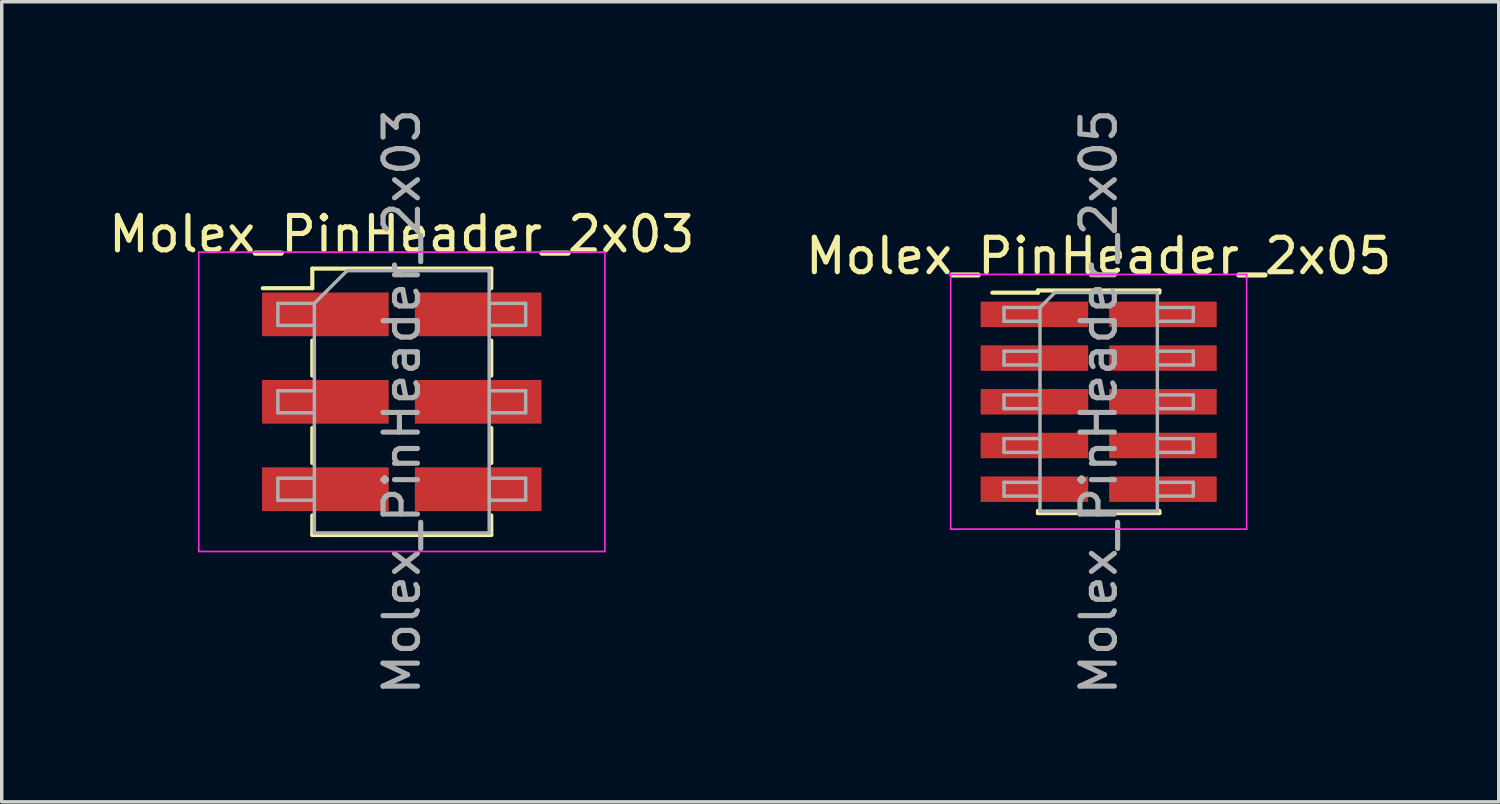
<source format=kicad_pcb>
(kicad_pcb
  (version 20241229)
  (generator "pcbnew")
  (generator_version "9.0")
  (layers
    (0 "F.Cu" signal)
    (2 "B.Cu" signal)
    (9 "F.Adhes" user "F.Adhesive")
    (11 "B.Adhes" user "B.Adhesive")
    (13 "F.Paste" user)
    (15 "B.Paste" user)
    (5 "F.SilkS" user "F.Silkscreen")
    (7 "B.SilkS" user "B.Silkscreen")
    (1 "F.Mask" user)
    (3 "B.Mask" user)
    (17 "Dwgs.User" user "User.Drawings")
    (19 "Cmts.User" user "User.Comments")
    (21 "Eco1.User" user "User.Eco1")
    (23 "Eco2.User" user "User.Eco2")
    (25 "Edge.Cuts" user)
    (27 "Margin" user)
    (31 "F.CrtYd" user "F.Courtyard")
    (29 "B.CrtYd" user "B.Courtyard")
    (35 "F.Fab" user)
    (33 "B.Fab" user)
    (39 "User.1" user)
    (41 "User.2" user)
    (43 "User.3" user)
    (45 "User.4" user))
  (footprint "Molex_PinHeader_2x03"
    (layer "F.Cu")
    (at 8.625 8.625)
    (property "Reference" "Molex_PinHeader_2x03" (at 0 -4.87 0) (layer "F.SilkS") (effects (font (size 1 1) (thickness 0.15))))
    (attr smd)
    (fp_line (start -4.04 -3.3) (end -2.6 -3.3) (stroke (width 0.12) (type solid)) (layer "F.SilkS"))
    (fp_line (start -2.6 -3.87) (end -2.6 -3.3) (stroke (width 0.12) (type solid)) (layer "F.SilkS"))
    (fp_line (start -2.6 -3.87) (end 2.6 -3.87) (stroke (width 0.12) (type solid)) (layer "F.SilkS"))
    (fp_line (start -2.6 -1.78) (end -2.6 -0.76) (stroke (width 0.12) (type solid)) (layer "F.SilkS"))
    (fp_line (start -2.6 0.76) (end -2.6 1.78) (stroke (width 0.12) (type solid)) (layer "F.SilkS"))
    (fp_line (start -2.6 3.3) (end -2.6 3.87) (stroke (width 0.12) (type solid)) (layer "F.SilkS"))
    (fp_line (start -2.6 3.87) (end 2.6 3.87) (stroke (width 0.12) (type solid)) (layer "F.SilkS"))
    (fp_line (start 2.6 -3.87) (end 2.6 -3.3) (stroke (width 0.12) (type solid)) (layer "F.SilkS"))
    (fp_line (start 2.6 -1.78) (end 2.6 -0.76) (stroke (width 0.12) (type solid)) (layer "F.SilkS"))
    (fp_line (start 2.6 0.76) (end 2.6 1.78) (stroke (width 0.12) (type solid)) (layer "F.SilkS"))
    (fp_line (start 2.6 3.3) (end 2.6 3.87) (stroke (width 0.12) (type solid)) (layer "F.SilkS"))
    (fp_line (start -5.9 -4.35) (end -5.9 4.35) (stroke (width 0.05) (type solid)) (layer "F.CrtYd"))
    (fp_line (start -5.9 4.35) (end 5.9 4.35) (stroke (width 0.05) (type solid)) (layer "F.CrtYd"))
    (fp_line (start 5.9 -4.35) (end -5.9 -4.35) (stroke (width 0.05) (type solid)) (layer "F.CrtYd"))
    (fp_line (start 5.9 4.35) (end 5.9 -4.35) (stroke (width 0.05) (type solid)) (layer "F.CrtYd"))
    (fp_line (start -3.6 -2.86) (end -3.6 -2.22) (stroke (width 0.1) (type solid)) (layer "F.Fab"))
    (fp_line (start -3.6 -2.22) (end -2.54 -2.22) (stroke (width 0.1) (type solid)) (layer "F.Fab"))
    (fp_line (start -3.6 -0.32) (end -3.6 0.32) (stroke (width 0.1) (type solid)) (layer "F.Fab"))
    (fp_line (start -3.6 0.32) (end -2.54 0.32) (stroke (width 0.1) (type solid)) (layer "F.Fab"))
    (fp_line (start -3.6 2.22) (end -3.6 2.86) (stroke (width 0.1) (type solid)) (layer "F.Fab"))
    (fp_line (start -3.6 2.86) (end -2.54 2.86) (stroke (width 0.1) (type solid)) (layer "F.Fab"))
    (fp_line (start -2.54 -2.86) (end -3.6 -2.86) (stroke (width 0.1) (type solid)) (layer "F.Fab"))
    (fp_line (start -2.54 -2.86) (end -1.59 -3.81) (stroke (width 0.1) (type solid)) (layer "F.Fab"))
    (fp_line (start -2.54 -0.32) (end -3.6 -0.32) (stroke (width 0.1) (type solid)) (layer "F.Fab"))
    (fp_line (start -2.54 2.22) (end -3.6 2.22) (stroke (width 0.1) (type solid)) (layer "F.Fab"))
    (fp_line (start -2.54 3.81) (end -2.54 -2.86) (stroke (width 0.1) (type solid)) (layer "F.Fab"))
    (fp_line (start -1.59 -3.81) (end 2.54 -3.81) (stroke (width 0.1) (type solid)) (layer "F.Fab"))
    (fp_line (start 2.54 -3.81) (end 2.54 3.81) (stroke (width 0.1) (type solid)) (layer "F.Fab"))
    (fp_line (start 2.54 -2.86) (end 3.6 -2.86) (stroke (width 0.1) (type solid)) (layer "F.Fab"))
    (fp_line (start 2.54 -0.32) (end 3.6 -0.32) (stroke (width 0.1) (type solid)) (layer "F.Fab"))
    (fp_line (start 2.54 2.22) (end 3.6 2.22) (stroke (width 0.1) (type solid)) (layer "F.Fab"))
    (fp_line (start 2.54 3.81) (end -2.54 3.81) (stroke (width 0.1) (type solid)) (layer "F.Fab"))
    (fp_line (start 3.6 -2.86) (end 3.6 -2.22) (stroke (width 0.1) (type solid)) (layer "F.Fab"))
    (fp_line (start 3.6 -2.22) (end 2.54 -2.22) (stroke (width 0.1) (type solid)) (layer "F.Fab"))
    (fp_line (start 3.6 -0.32) (end 3.6 0.32) (stroke (width 0.1) (type solid)) (layer "F.Fab"))
    (fp_line (start 3.6 0.32) (end 2.54 0.32) (stroke (width 0.1) (type solid)) (layer "F.Fab"))
    (fp_line (start 3.6 2.22) (end 3.6 2.86) (stroke (width 0.1) (type solid)) (layer "F.Fab"))
    (fp_line (start 3.6 2.86) (end 2.54 2.86) (stroke (width 0.1) (type solid)) (layer "F.Fab"))
    (fp_text user "${REFERENCE}" (at 0 0 90) (layer "F.Fab") (effects (font (size 1 1) (thickness 0.15))))
    (pad "1" smd rect (at -2.22 -2.54) (size 3.68 1.27) (layers "F.Cu" "F.Mask" "F.Paste"))
    (pad "2" smd rect (at 2.22 -2.54) (size 3.68 1.27) (layers "F.Cu" "F.Mask" "F.Paste"))
    (pad "3" smd rect (at -2.22 0) (size 3.68 1.27) (layers "F.Cu" "F.Mask" "F.Paste"))
    (pad "4" smd rect (at 2.22 0) (size 3.68 1.27) (layers "F.Cu" "F.Mask" "F.Paste"))
    (pad "5" smd rect (at -2.22 2.54) (size 3.68 1.27) (layers "F.Cu" "F.Mask" "F.Paste"))
    (pad "6" smd rect (at 2.22 2.54) (size 3.68 1.27) (layers "F.Cu" "F.Mask" "F.Paste")))
  (footprint "Molex_PinHeader_2x05"
    (layer "F.Cu")
    (at 28.875 8.625)
    (property "Reference" "Molex_PinHeader_2x05" (at 0 -4.235 0) (layer "F.SilkS") (effects (font (size 1 1) (thickness 0.15))))
    (attr smd)
    (fp_line (start -3.09 -3.17) (end -1.765 -3.17) (stroke (width 0.12) (type solid)) (layer "F.SilkS"))
    (fp_line (start -1.765 -3.235) (end -1.765 -3.17) (stroke (width 0.12) (type solid)) (layer "F.SilkS"))
    (fp_line (start -1.765 -3.235) (end 1.765 -3.235) (stroke (width 0.12) (type solid)) (layer "F.SilkS"))
    (fp_line (start -1.765 3.17) (end -1.765 3.235) (stroke (width 0.12) (type solid)) (layer "F.SilkS"))
    (fp_line (start -1.765 3.235) (end 1.765 3.235) (stroke (width 0.12) (type solid)) (layer "F.SilkS"))
    (fp_line (start 1.765 -3.235) (end 1.765 -3.17) (stroke (width 0.12) (type solid)) (layer "F.SilkS"))
    (fp_line (start 1.765 3.17) (end 1.765 3.235) (stroke (width 0.12) (type solid)) (layer "F.SilkS"))
    (fp_line (start -4.3 -3.7) (end -4.3 3.7) (stroke (width 0.05) (type solid)) (layer "F.CrtYd"))
    (fp_line (start -4.3 3.7) (end 4.3 3.7) (stroke (width 0.05) (type solid)) (layer "F.CrtYd"))
    (fp_line (start 4.3 -3.7) (end -4.3 -3.7) (stroke (width 0.05) (type solid)) (layer "F.CrtYd"))
    (fp_line (start 4.3 3.7) (end 4.3 -3.7) (stroke (width 0.05) (type solid)) (layer "F.CrtYd"))
    (fp_line (start -2.75 -2.74) (end -2.75 -2.34) (stroke (width 0.1) (type solid)) (layer "F.Fab"))
    (fp_line (start -2.75 -2.34) (end -1.705 -2.34) (stroke (width 0.1) (type solid)) (layer "F.Fab"))
    (fp_line (start -2.75 -1.47) (end -2.75 -1.07) (stroke (width 0.1) (type solid)) (layer "F.Fab"))
    (fp_line (start -2.75 -1.07) (end -1.705 -1.07) (stroke (width 0.1) (type solid)) (layer "F.Fab"))
    (fp_line (start -2.75 -0.2) (end -2.75 0.2) (stroke (width 0.1) (type solid)) (layer "F.Fab"))
    (fp_line (start -2.75 0.2) (end -1.705 0.2) (stroke (width 0.1) (type solid)) (layer "F.Fab"))
    (fp_line (start -2.75 1.07) (end -2.75 1.47) (stroke (width 0.1) (type solid)) (layer "F.Fab"))
    (fp_line (start -2.75 1.47) (end -1.705 1.47) (stroke (width 0.1) (type solid)) (layer "F.Fab"))
    (fp_line (start -2.75 2.34) (end -2.75 2.74) (stroke (width 0.1) (type solid)) (layer "F.Fab"))
    (fp_line (start -2.75 2.74) (end -1.705 2.74) (stroke (width 0.1) (type solid)) (layer "F.Fab"))
    (fp_line (start -1.705 -2.74) (end -2.75 -2.74) (stroke (width 0.1) (type solid)) (layer "F.Fab"))
    (fp_line (start -1.705 -2.74) (end -1.27 -3.175) (stroke (width 0.1) (type solid)) (layer "F.Fab"))
    (fp_line (start -1.705 -1.47) (end -2.75 -1.47) (stroke (width 0.1) (type solid)) (layer "F.Fab"))
    (fp_line (start -1.705 -0.2) (end -2.75 -0.2) (stroke (width 0.1) (type solid)) (layer "F.Fab"))
    (fp_line (start -1.705 1.07) (end -2.75 1.07) (stroke (width 0.1) (type solid)) (layer "F.Fab"))
    (fp_line (start -1.705 2.34) (end -2.75 2.34) (stroke (width 0.1) (type solid)) (layer "F.Fab"))
    (fp_line (start -1.705 3.175) (end -1.705 -2.74) (stroke (width 0.1) (type solid)) (layer "F.Fab"))
    (fp_line (start -1.27 -3.175) (end 1.705 -3.175) (stroke (width 0.1) (type solid)) (layer "F.Fab"))
    (fp_line (start 1.705 -3.175) (end 1.705 3.175) (stroke (width 0.1) (type solid)) (layer "F.Fab"))
    (fp_line (start 1.705 -2.74) (end 2.75 -2.74) (stroke (width 0.1) (type solid)) (layer "F.Fab"))
    (fp_line (start 1.705 -1.47) (end 2.75 -1.47) (stroke (width 0.1) (type solid)) (layer "F.Fab"))
    (fp_line (start 1.705 -0.2) (end 2.75 -0.2) (stroke (width 0.1) (type solid)) (layer "F.Fab"))
    (fp_line (start 1.705 1.07) (end 2.75 1.07) (stroke (width 0.1) (type solid)) (layer "F.Fab"))
    (fp_line (start 1.705 2.34) (end 2.75 2.34) (stroke (width 0.1) (type solid)) (layer "F.Fab"))
    (fp_line (start 1.705 3.175) (end -1.705 3.175) (stroke (width 0.1) (type solid)) (layer "F.Fab"))
    (fp_line (start 2.75 -2.74) (end 2.75 -2.34) (stroke (width 0.1) (type solid)) (layer "F.Fab"))
    (fp_line (start 2.75 -2.34) (end 1.705 -2.34) (stroke (width 0.1) (type solid)) (layer "F.Fab"))
    (fp_line (start 2.75 -1.47) (end 2.75 -1.07) (stroke (width 0.1) (type solid)) (layer "F.Fab"))
    (fp_line (start 2.75 -1.07) (end 1.705 -1.07) (stroke (width 0.1) (type solid)) (layer "F.Fab"))
    (fp_line (start 2.75 -0.2) (end 2.75 0.2) (stroke (width 0.1) (type solid)) (layer "F.Fab"))
    (fp_line (start 2.75 0.2) (end 1.705 0.2) (stroke (width 0.1) (type solid)) (layer "F.Fab"))
    (fp_line (start 2.75 1.07) (end 2.75 1.47) (stroke (width 0.1) (type solid)) (layer "F.Fab"))
    (fp_line (start 2.75 1.47) (end 1.705 1.47) (stroke (width 0.1) (type solid)) (layer "F.Fab"))
    (fp_line (start 2.75 2.34) (end 2.75 2.74) (stroke (width 0.1) (type solid)) (layer "F.Fab"))
    (fp_line (start 2.75 2.74) (end 1.705 2.74) (stroke (width 0.1) (type solid)) (layer "F.Fab"))
    (fp_text user "${REFERENCE}" (at 0 0 90) (layer "F.Fab") (effects (font (size 1 1) (thickness 0.15))))
    (pad "1" smd rect (at -1.867 -2.54) (size 3.125 0.74) (layers "F.Cu" "F.Mask" "F.Paste"))
    (pad "2" smd rect (at 1.867 -2.54) (size 3.125 0.74) (layers "F.Cu" "F.Mask" "F.Paste"))
    (pad "3" smd rect (at -1.867 -1.27) (size 3.125 0.74) (layers "F.Cu" "F.Mask" "F.Paste"))
    (pad "4" smd rect (at 1.867 -1.27) (size 3.125 0.74) (layers "F.Cu" "F.Mask" "F.Paste"))
    (pad "5" smd rect (at -1.867 0) (size 3.125 0.74) (layers "F.Cu" "F.Mask" "F.Paste"))
    (pad "6" smd rect (at 1.867 0) (size 3.125 0.74) (layers "F.Cu" "F.Mask" "F.Paste"))
    (pad "7" smd rect (at -1.867 1.27) (size 3.125 0.74) (layers "F.Cu" "F.Mask" "F.Paste"))
    (pad "8" smd rect (at 1.867 1.27) (size 3.125 0.74) (layers "F.Cu" "F.Mask" "F.Paste"))
    (pad "9" smd rect (at -1.867 2.54) (size 3.125 0.74) (layers "F.Cu" "F.Mask" "F.Paste"))
    (pad "10" smd rect (at 1.867 2.54) (size 3.125 0.74) (layers "F.Cu" "F.Mask" "F.Paste")))
  (gr_rect
    (start -3 -3)
    (end 40.5 20.25)
    (stroke (width 0.1) (type default))
    (fill no)
    (layer "Edge.Cuts")))
</source>
